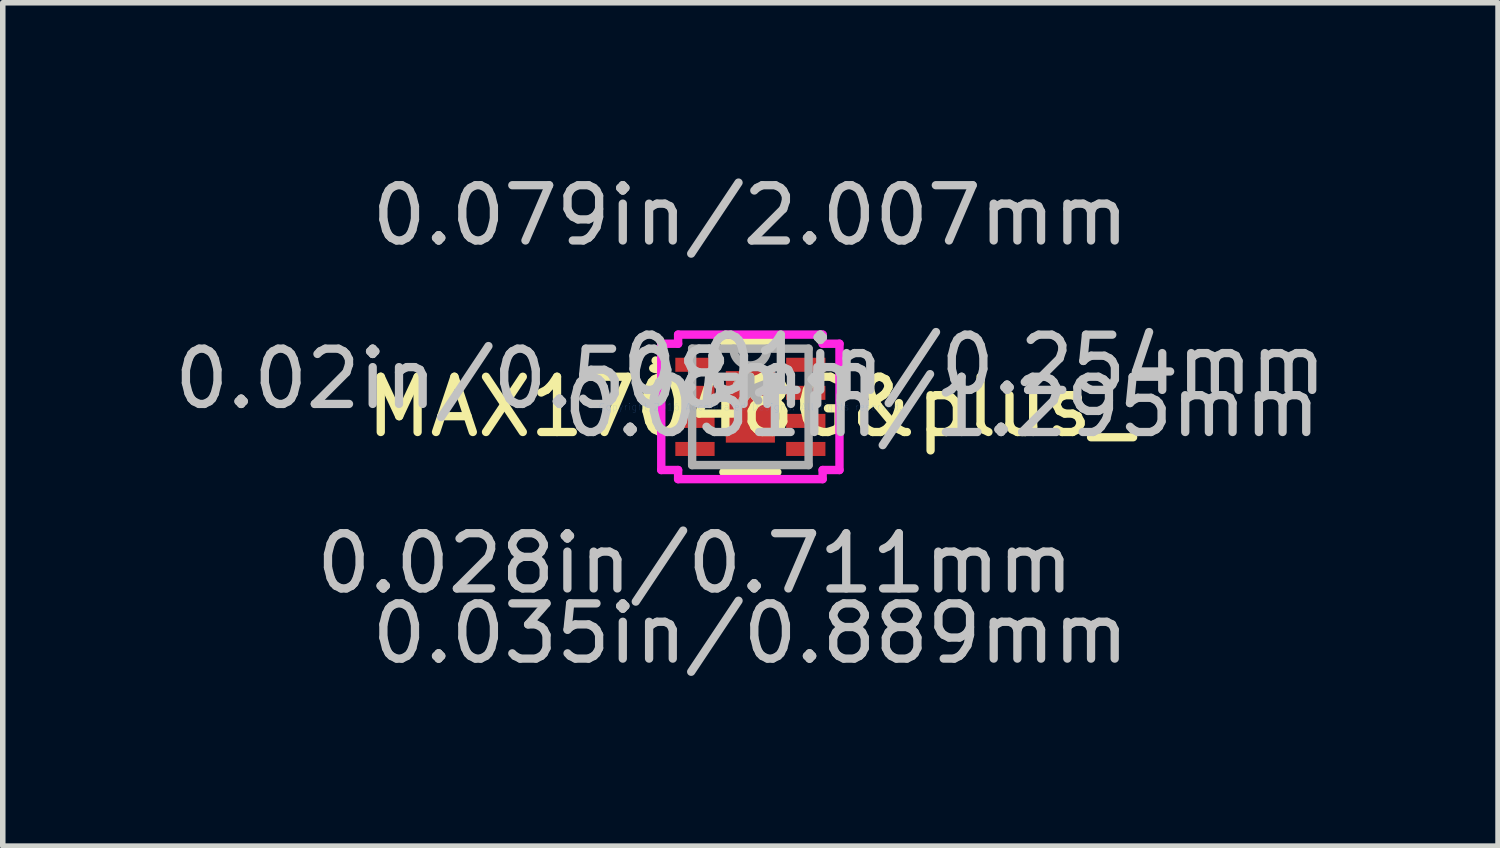
<source format=kicad_pcb>
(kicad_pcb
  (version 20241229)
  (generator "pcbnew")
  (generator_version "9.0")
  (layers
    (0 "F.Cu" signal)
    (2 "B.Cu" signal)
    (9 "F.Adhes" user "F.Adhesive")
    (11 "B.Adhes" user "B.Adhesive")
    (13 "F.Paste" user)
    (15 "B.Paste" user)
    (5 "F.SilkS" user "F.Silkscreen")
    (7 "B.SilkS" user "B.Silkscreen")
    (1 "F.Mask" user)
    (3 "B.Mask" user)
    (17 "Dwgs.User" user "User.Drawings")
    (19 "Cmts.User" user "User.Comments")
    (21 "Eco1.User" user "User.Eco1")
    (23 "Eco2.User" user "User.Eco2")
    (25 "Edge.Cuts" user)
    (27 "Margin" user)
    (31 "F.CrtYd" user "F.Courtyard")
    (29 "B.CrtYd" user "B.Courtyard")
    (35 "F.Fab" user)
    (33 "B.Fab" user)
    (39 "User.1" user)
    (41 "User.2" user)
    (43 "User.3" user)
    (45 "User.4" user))
  (footprint "MAX17048G&plus_"
    (layer "F.Cu")
    (at 10.533 4.315)
    (property "Reference" "MAX17048G&plus_" (at 0 0 0) (layer "F.SilkS") (effects (font (size 1 1) (thickness 0.15))))
    (attr through_hole)
    (fp_line (start -0.488 1.181) (end 0.488 1.181) (stroke (width 0.152) (type solid)) (layer "F.SilkS"))
    (fp_line (start 0.488 -1.181) (end -0.488 -1.181) (stroke (width 0.152) (type solid)) (layer "F.SilkS"))
    (fp_arc (start -1.7145 -0.8382) (mid -1.64181 -0.73914) (end -1.758114 -0.699516) (stroke (width 0.1524) (type solid)) (layer "F.SilkS"))
    (fp_line (start -1.613 -1.143) (end -1.308 -1.143) (stroke (width 0.152) (type solid)) (layer "F.CrtYd"))
    (fp_line (start -1.613 1.143) (end -1.613 -1.143) (stroke (width 0.152) (type solid)) (layer "F.CrtYd"))
    (fp_line (start -1.308 -1.308) (end 1.308 -1.308) (stroke (width 0.152) (type solid)) (layer "F.CrtYd"))
    (fp_line (start -1.308 -1.143) (end -1.308 -1.308) (stroke (width 0.152) (type solid)) (layer "F.CrtYd"))
    (fp_line (start -1.308 1.143) (end -1.613 1.143) (stroke (width 0.152) (type solid)) (layer "F.CrtYd"))
    (fp_line (start -1.308 1.308) (end -1.308 1.143) (stroke (width 0.152) (type solid)) (layer "F.CrtYd"))
    (fp_line (start 1.308 -1.308) (end 1.308 -1.143) (stroke (width 0.152) (type solid)) (layer "F.CrtYd"))
    (fp_line (start 1.308 -1.143) (end 1.613 -1.143) (stroke (width 0.152) (type solid)) (layer "F.CrtYd"))
    (fp_line (start 1.308 1.143) (end 1.308 1.308) (stroke (width 0.152) (type solid)) (layer "F.CrtYd"))
    (fp_line (start 1.308 1.308) (end -1.308 1.308) (stroke (width 0.152) (type solid)) (layer "F.CrtYd"))
    (fp_line (start 1.613 -1.143) (end 1.613 1.143) (stroke (width 0.152) (type solid)) (layer "F.CrtYd"))
    (fp_line (start 1.613 1.143) (end 1.308 1.143) (stroke (width 0.152) (type solid)) (layer "F.CrtYd"))
    (fp_line (start -1.054 -1.054) (end -1.054 1.054) (stroke (width 0.152) (type solid)) (layer "F.Fab"))
    (fp_line (start -1.054 1.054) (end 1.054 1.054) (stroke (width 0.152) (type solid)) (layer "F.Fab"))
    (fp_line (start 1.054 -1.054) (end -1.054 -1.054) (stroke (width 0.152) (type solid)) (layer "F.Fab"))
    (fp_line (start 1.054 1.054) (end 1.054 -1.054) (stroke (width 0.152) (type solid)) (layer "F.Fab"))
    (fp_arc (start 0.3048 -1.0541) (mid 0 -0.7493) (end -0.3048 -1.0541) (stroke (width 0.1524) (type solid)) (layer "F.Fab"))
    (fp_text user "*" (at 0 0 0) (layer "F.SilkS") (effects (font (size 1 1) (thickness 0.15))))
    (fp_text user "0.051in/1.295mm" (at 3.467 0 0) (layer "Dwgs.User") (effects (font (size 1 1) (thickness 0.15))))
    (fp_text user "0.035in/0.889mm" (at 0 4.102 0) (layer "Dwgs.User") (effects (font (size 1 1) (thickness 0.15))))
    (fp_text user "0.079in/2.007mm" (at 0 -3.467 0) (layer "Dwgs.User") (effects (font (size 1 1) (thickness 0.15))))
    (fp_text user "0.02in/0.508mm" (at -4.051 -0.508 0) (layer "Dwgs.User") (effects (font (size 1 1) (thickness 0.15))))
    (fp_text user "0.028in/0.711mm" (at -1.003 2.832 0) (layer "Dwgs.User") (effects (font (size 1 1) (thickness 0.15))))
    (fp_text user "0.01in/0.254mm" (at 4.051 -0.762 0) (layer "Dwgs.User") (effects (font (size 1 1) (thickness 0.15))))
    (fp_text user "Copyright 2016 Accelerated Designs. All rights reserved." (at 0 0 0) (layer "Cmts.User") (effects (font (size 0.127 0.127) (thickness 0.002))))
    (fp_text user "*" (at 0 0 0) (layer "F.Fab") (effects (font (size 1 1) (thickness 0.15))))
    (pad "1" smd rect (at -1.003 -0.762) (size 0.711 0.254) (layers "F.Cu" "F.Mask" "F.Paste"))
    (pad "2" smd rect (at -1.003 -0.254) (size 0.711 0.254) (layers "F.Cu" "F.Mask" "F.Paste"))
    (pad "3" smd rect (at -1.003 0.254) (size 0.711 0.254) (layers "F.Cu" "F.Mask" "F.Paste"))
    (pad "4" smd rect (at -1.003 0.762) (size 0.711 0.254) (layers "F.Cu" "F.Mask" "F.Paste"))
    (pad "5" smd rect (at 1.003 0.762) (size 0.711 0.254) (layers "F.Cu" "F.Mask" "F.Paste"))
    (pad "6" smd rect (at 1.003 0.254) (size 0.711 0.254) (layers "F.Cu" "F.Mask" "F.Paste"))
    (pad "7" smd rect (at 1.003 -0.254) (size 0.711 0.254) (layers "F.Cu" "F.Mask" "F.Paste"))
    (pad "8" smd rect (at 1.003 -0.762) (size 0.711 0.254) (layers "F.Cu" "F.Mask" "F.Paste"))
    (pad "9" smd rect (at 0 0) (size 0.889 1.295) (layers "F.Cu" "F.Mask" "F.Paste")))
  (gr_rect
    (start -3 -3)
    (end 24.067 12.266)
    (stroke (width 0.1) (type default))
    (fill no)
    (layer "Edge.Cuts")))
</source>
